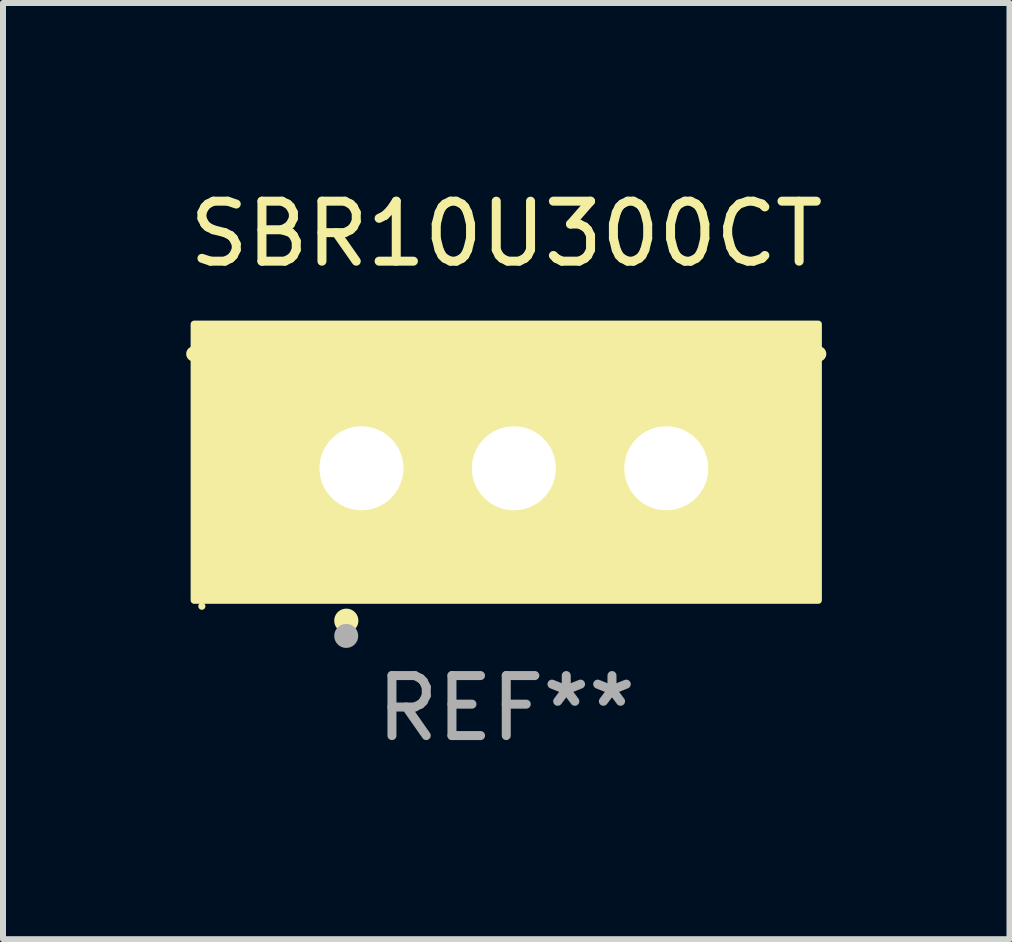
<source format=kicad_pcb>
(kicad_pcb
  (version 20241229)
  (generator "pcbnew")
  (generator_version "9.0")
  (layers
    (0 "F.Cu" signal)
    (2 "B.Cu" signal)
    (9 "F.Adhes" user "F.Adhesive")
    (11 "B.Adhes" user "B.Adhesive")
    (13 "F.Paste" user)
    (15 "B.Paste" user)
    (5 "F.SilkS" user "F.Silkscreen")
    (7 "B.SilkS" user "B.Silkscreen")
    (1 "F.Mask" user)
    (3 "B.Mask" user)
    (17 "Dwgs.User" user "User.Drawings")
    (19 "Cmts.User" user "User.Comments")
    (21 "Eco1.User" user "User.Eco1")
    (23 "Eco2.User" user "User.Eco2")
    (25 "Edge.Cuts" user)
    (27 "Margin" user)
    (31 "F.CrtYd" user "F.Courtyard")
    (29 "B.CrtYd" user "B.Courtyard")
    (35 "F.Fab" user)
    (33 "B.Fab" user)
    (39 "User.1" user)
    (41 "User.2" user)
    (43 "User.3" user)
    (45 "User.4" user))
  (footprint "SBR10U300CT"
    (layer "F.Cu")
    (at 5.387 3.801)
    (property "Reference" "SBR10U300CT" (at 0 -2.953 0) (layer "F.SilkS") (effects (font (size 1 1) (thickness 0.15))))
    (attr through_hole)
    (fp_line (start 5.207 -0.953) (end -5.207 -0.953) (stroke (width 0.254) (type solid)) (layer "F.SilkS"))
    (fp_arc (start -2.66698 3.49252) (mid -2.66571 3.492516) (end -2.66444 3.49252) (stroke (width 0.4) (type solid)) (layer "F.SilkS"))
    (fp_circle (center -5.073 3.252) (end -5.043 3.252) (stroke (width 0.06) (type solid)) (fill no) (layer "F.SilkS"))
    (fp_poly (pts (xy -5.2 -1.448) (xy 5.2 -1.448) (xy 5.2 3.152) (xy -5.2 3.152)) (stroke (width 0.12) (type solid)) (fill yes) (layer "F.SilkS"))
    (fp_circle (center -2.667 3.747) (end -2.567 3.747) (stroke (width 0.2) (type solid)) (fill no) (layer "F.Fab"))
    (fp_text user "REF**" (at 0 4.953 0) (layer "F.Fab") (effects (font (size 1 1) (thickness 0.15))))
    (pad "1" thru_hole rect (at -2.413 0.953) (size 2 2.5) (drill 1.4) (layers "*.Cu" "*.Mask"))
    (pad "2" thru_hole oval (at 0.127 0.953) (size 2 2.5) (drill 1.4) (layers "*.Cu" "*.Mask"))
    (pad "3" thru_hole oval (at 2.667 0.953) (size 2 2.5) (drill 1.4) (layers "*.Cu" "*.Mask")))
  (gr_rect
    (start -3 -3)
    (end 13.774 12.602)
    (stroke (width 0.1) (type default))
    (fill no)
    (layer "Edge.Cuts")))
</source>
